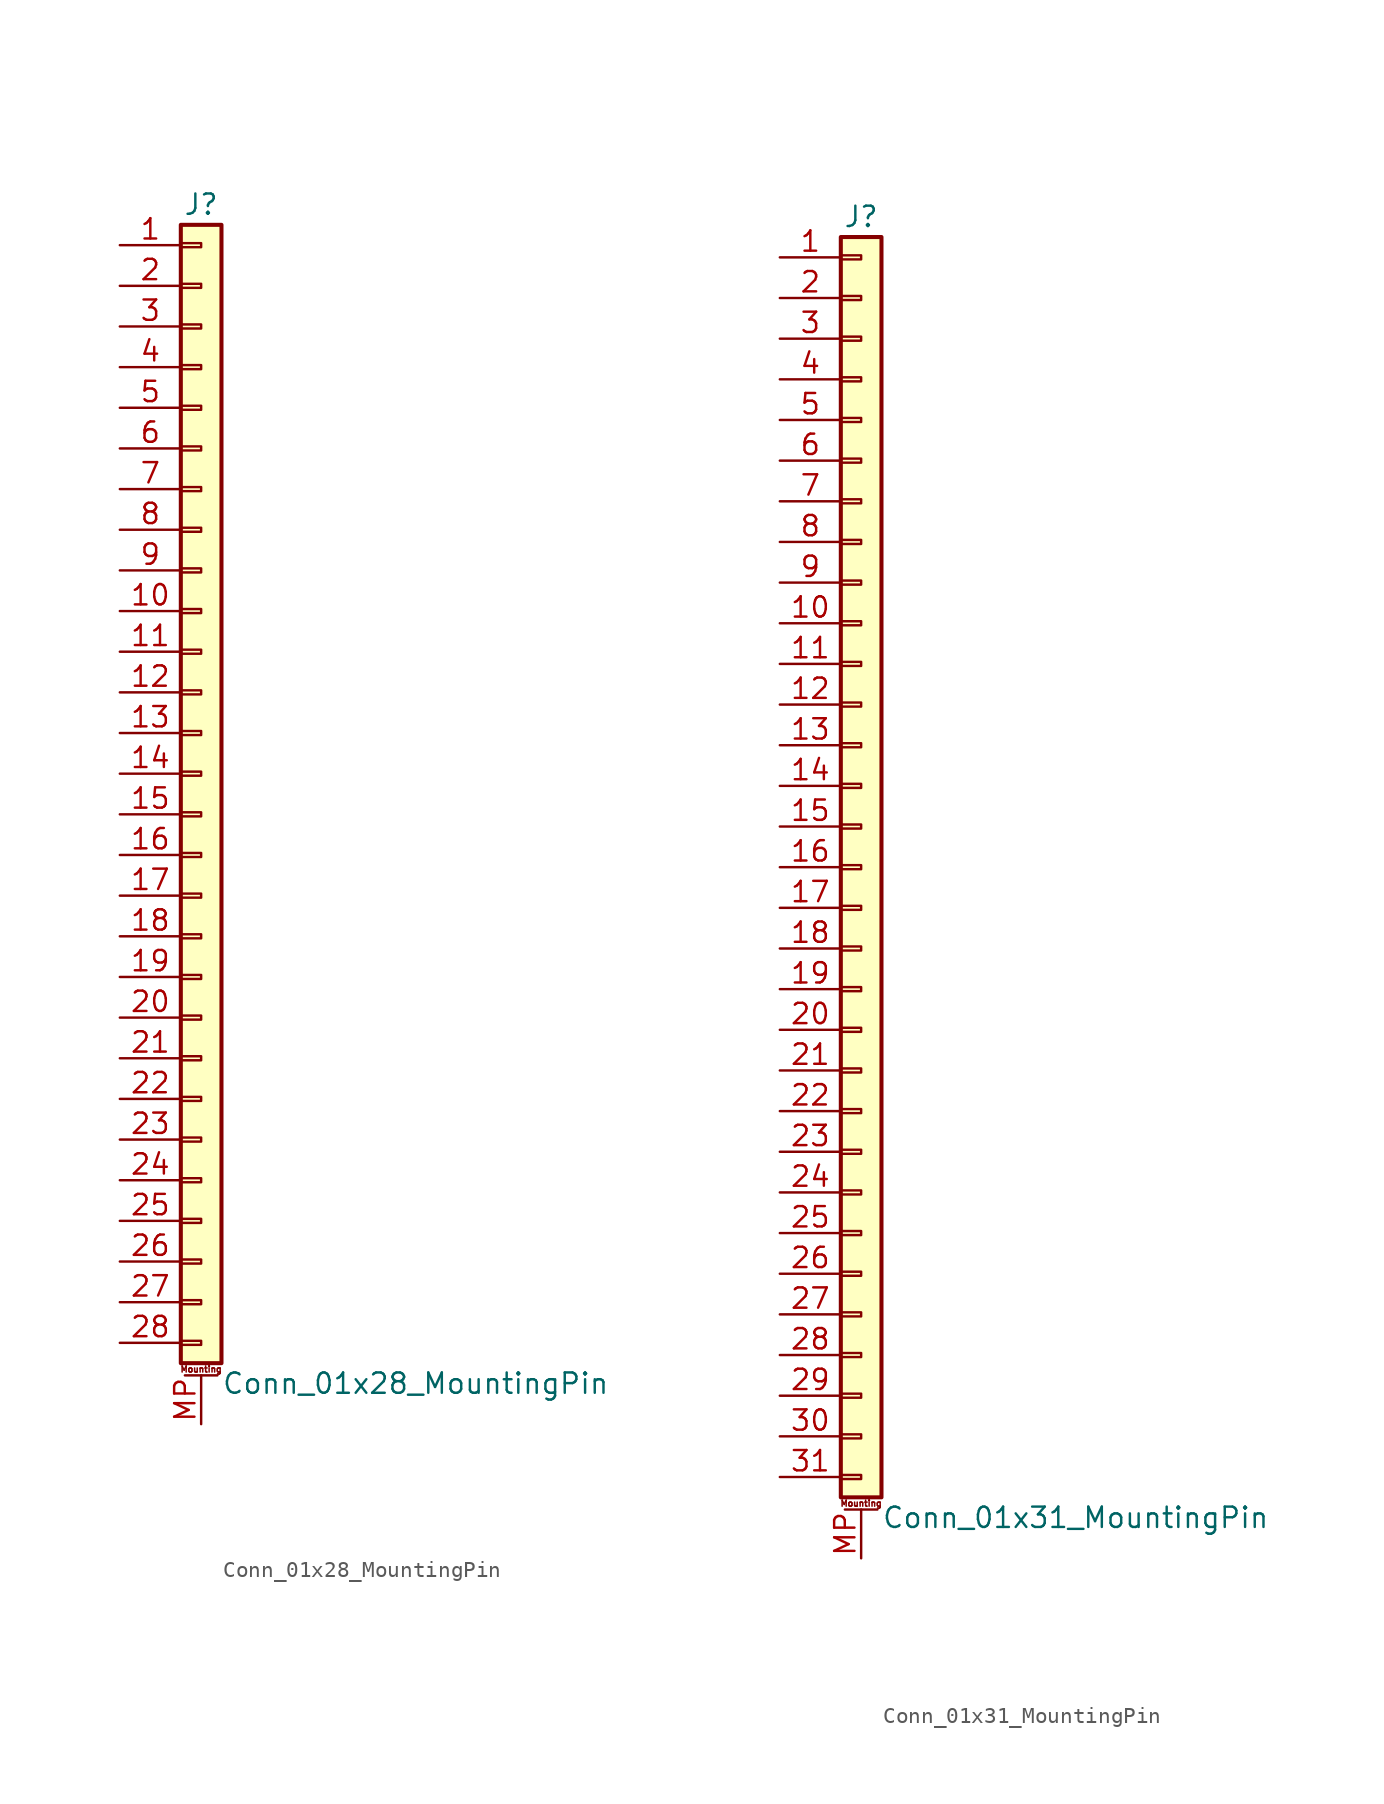
<source format=kicad_sym>
(kicad_symbol_lib
  (version 20220914)
  (generator kicad_symbol_editor)
  (symbol "Conn_01x28_MountingPin"
    (pin_names
      (offset 1.016) hide)
    (property "Reference" "J"
      (at 0 35.56 0)
      (effects (font (size 1.27 1.27))))
    (property "Value" "Conn_01x28_MountingPin"
      (at 1.27 -38.1 0)
      (effects (font (size 1.27 1.27)) (justify left)))
    (symbol "Conn_01x28_MountingPin_1_1"
      (rectangle (start -1.27 -35.433) (end 0 -35.687) (stroke (width 0.152) (type default)) (fill (type none)))
      (rectangle (start -1.27 -32.893) (end 0 -33.147) (stroke (width 0.152) (type default)) (fill (type none)))
      (rectangle (start -1.27 -30.353) (end 0 -30.607) (stroke (width 0.152) (type default)) (fill (type none)))
      (rectangle (start -1.27 -27.813) (end 0 -28.067) (stroke (width 0.152) (type default)) (fill (type none)))
      (rectangle (start -1.27 -25.273) (end 0 -25.527) (stroke (width 0.152) (type default)) (fill (type none)))
      (rectangle (start -1.27 -22.733) (end 0 -22.987) (stroke (width 0.152) (type default)) (fill (type none)))
      (rectangle (start -1.27 -20.193) (end 0 -20.447) (stroke (width 0.152) (type default)) (fill (type none)))
      (rectangle (start -1.27 -17.653) (end 0 -17.907) (stroke (width 0.152) (type default)) (fill (type none)))
      (rectangle (start -1.27 -15.113) (end 0 -15.367) (stroke (width 0.152) (type default)) (fill (type none)))
      (rectangle (start -1.27 -12.573) (end 0 -12.827) (stroke (width 0.152) (type default)) (fill (type none)))
      (rectangle (start -1.27 -10.033) (end 0 -10.287) (stroke (width 0.152) (type default)) (fill (type none)))
      (rectangle (start -1.27 -7.493) (end 0 -7.747) (stroke (width 0.152) (type default)) (fill (type none)))
      (rectangle (start -1.27 -4.953) (end 0 -5.207) (stroke (width 0.152) (type default)) (fill (type none)))
      (rectangle (start -1.27 -2.413) (end 0 -2.667) (stroke (width 0.152) (type default)) (fill (type none)))
      (rectangle (start -1.27 0.127) (end 0 -0.127) (stroke (width 0.152) (type default)) (fill (type none)))
      (rectangle (start -1.27 2.667) (end 0 2.413) (stroke (width 0.152) (type default)) (fill (type none)))
      (rectangle (start -1.27 5.207) (end 0 4.953) (stroke (width 0.152) (type default)) (fill (type none)))
      (rectangle (start -1.27 7.747) (end 0 7.493) (stroke (width 0.152) (type default)) (fill (type none)))
      (rectangle (start -1.27 10.287) (end 0 10.033) (stroke (width 0.152) (type default)) (fill (type none)))
      (rectangle (start -1.27 12.827) (end 0 12.573) (stroke (width 0.152) (type default)) (fill (type none)))
      (rectangle (start -1.27 15.367) (end 0 15.113) (stroke (width 0.152) (type default)) (fill (type none)))
      (rectangle (start -1.27 17.907) (end 0 17.653) (stroke (width 0.152) (type default)) (fill (type none)))
      (rectangle (start -1.27 20.447) (end 0 20.193) (stroke (width 0.152) (type default)) (fill (type none)))
      (rectangle (start -1.27 22.987) (end 0 22.733) (stroke (width 0.152) (type default)) (fill (type none)))
      (rectangle (start -1.27 25.527) (end 0 25.273) (stroke (width 0.152) (type default)) (fill (type none)))
      (rectangle (start -1.27 28.067) (end 0 27.813) (stroke (width 0.152) (type default)) (fill (type none)))
      (rectangle (start -1.27 30.607) (end 0 30.353) (stroke (width 0.152) (type default)) (fill (type none)))
      (rectangle (start -1.27 33.147) (end 0 32.893) (stroke (width 0.152) (type default)) (fill (type none)))
      (rectangle (start -1.27 34.29) (end 1.27 -36.83) (stroke (width 0.254) (type default)) (fill (type background)))
      (polyline (pts (xy -1.016 -37.592) (xy 1.016 -37.592)) (stroke (width 0.152) (type default)) (fill (type none)))
      (text "Mounting" (at 0 -37.211 0) (effects (font (size 0.381 0.381))))
      (pin passive line (at -5.08 33.02 0) (length 3.81) (name "Pin_1" (effects (font (size 1.27 1.27)))) (number "1" (effects (font (size 1.27 1.27)))))
      (pin passive line (at -5.08 10.16 0) (length 3.81) (name "Pin_10" (effects (font (size 1.27 1.27)))) (number "10" (effects (font (size 1.27 1.27)))))
      (pin passive line (at -5.08 7.62 0) (length 3.81) (name "Pin_11" (effects (font (size 1.27 1.27)))) (number "11" (effects (font (size 1.27 1.27)))))
      (pin passive line (at -5.08 5.08 0) (length 3.81) (name "Pin_12" (effects (font (size 1.27 1.27)))) (number "12" (effects (font (size 1.27 1.27)))))
      (pin passive line (at -5.08 2.54 0) (length 3.81) (name "Pin_13" (effects (font (size 1.27 1.27)))) (number "13" (effects (font (size 1.27 1.27)))))
      (pin passive line (at -5.08 0 0) (length 3.81) (name "Pin_14" (effects (font (size 1.27 1.27)))) (number "14" (effects (font (size 1.27 1.27)))))
      (pin passive line (at -5.08 -2.54 0) (length 3.81) (name "Pin_15" (effects (font (size 1.27 1.27)))) (number "15" (effects (font (size 1.27 1.27)))))
      (pin passive line (at -5.08 -5.08 0) (length 3.81) (name "Pin_16" (effects (font (size 1.27 1.27)))) (number "16" (effects (font (size 1.27 1.27)))))
      (pin passive line (at -5.08 -7.62 0) (length 3.81) (name "Pin_17" (effects (font (size 1.27 1.27)))) (number "17" (effects (font (size 1.27 1.27)))))
      (pin passive line (at -5.08 -10.16 0) (length 3.81) (name "Pin_18" (effects (font (size 1.27 1.27)))) (number "18" (effects (font (size 1.27 1.27)))))
      (pin passive line (at -5.08 -12.7 0) (length 3.81) (name "Pin_19" (effects (font (size 1.27 1.27)))) (number "19" (effects (font (size 1.27 1.27)))))
      (pin passive line (at -5.08 30.48 0) (length 3.81) (name "Pin_2" (effects (font (size 1.27 1.27)))) (number "2" (effects (font (size 1.27 1.27)))))
      (pin passive line (at -5.08 -15.24 0) (length 3.81) (name "Pin_20" (effects (font (size 1.27 1.27)))) (number "20" (effects (font (size 1.27 1.27)))))
      (pin passive line (at -5.08 -17.78 0) (length 3.81) (name "Pin_21" (effects (font (size 1.27 1.27)))) (number "21" (effects (font (size 1.27 1.27)))))
      (pin passive line (at -5.08 -20.32 0) (length 3.81) (name "Pin_22" (effects (font (size 1.27 1.27)))) (number "22" (effects (font (size 1.27 1.27)))))
      (pin passive line (at -5.08 -22.86 0) (length 3.81) (name "Pin_23" (effects (font (size 1.27 1.27)))) (number "23" (effects (font (size 1.27 1.27)))))
      (pin passive line (at -5.08 -25.4 0) (length 3.81) (name "Pin_24" (effects (font (size 1.27 1.27)))) (number "24" (effects (font (size 1.27 1.27)))))
      (pin passive line (at -5.08 -27.94 0) (length 3.81) (name "Pin_25" (effects (font (size 1.27 1.27)))) (number "25" (effects (font (size 1.27 1.27)))))
      (pin passive line (at -5.08 -30.48 0) (length 3.81) (name "Pin_26" (effects (font (size 1.27 1.27)))) (number "26" (effects (font (size 1.27 1.27)))))
      (pin passive line (at -5.08 -33.02 0) (length 3.81) (name "Pin_27" (effects (font (size 1.27 1.27)))) (number "27" (effects (font (size 1.27 1.27)))))
      (pin passive line (at -5.08 -35.56 0) (length 3.81) (name "Pin_28" (effects (font (size 1.27 1.27)))) (number "28" (effects (font (size 1.27 1.27)))))
      (pin passive line (at -5.08 27.94 0) (length 3.81) (name "Pin_3" (effects (font (size 1.27 1.27)))) (number "3" (effects (font (size 1.27 1.27)))))
      (pin passive line (at -5.08 25.4 0) (length 3.81) (name "Pin_4" (effects (font (size 1.27 1.27)))) (number "4" (effects (font (size 1.27 1.27)))))
      (pin passive line (at -5.08 22.86 0) (length 3.81) (name "Pin_5" (effects (font (size 1.27 1.27)))) (number "5" (effects (font (size 1.27 1.27)))))
      (pin passive line (at -5.08 20.32 0) (length 3.81) (name "Pin_6" (effects (font (size 1.27 1.27)))) (number "6" (effects (font (size 1.27 1.27)))))
      (pin passive line (at -5.08 17.78 0) (length 3.81) (name "Pin_7" (effects (font (size 1.27 1.27)))) (number "7" (effects (font (size 1.27 1.27)))))
      (pin passive line (at -5.08 15.24 0) (length 3.81) (name "Pin_8" (effects (font (size 1.27 1.27)))) (number "8" (effects (font (size 1.27 1.27)))))
      (pin passive line (at -5.08 12.7 0) (length 3.81) (name "Pin_9" (effects (font (size 1.27 1.27)))) (number "9" (effects (font (size 1.27 1.27)))))
      (pin passive line (at 0 -40.64 90) (length 3.048) (name "MountPin" (effects (font (size 1.27 1.27)))) (number "MP" (effects (font (size 1.27 1.27)))))))
  (symbol "Conn_01x31_MountingPin"
    (pin_names
      (offset 1.016) hide)
    (property "Reference" "J"
      (at 0 40.64 0)
      (effects (font (size 1.27 1.27))))
    (property "Value" "Conn_01x31_MountingPin"
      (at 1.27 -40.64 0)
      (effects (font (size 1.27 1.27)) (justify left)))
    (symbol "Conn_01x31_MountingPin_1_1"
      (rectangle (start -1.27 -37.973) (end 0 -38.227) (stroke (width 0.152) (type default)) (fill (type none)))
      (rectangle (start -1.27 -35.433) (end 0 -35.687) (stroke (width 0.152) (type default)) (fill (type none)))
      (rectangle (start -1.27 -32.893) (end 0 -33.147) (stroke (width 0.152) (type default)) (fill (type none)))
      (rectangle (start -1.27 -30.353) (end 0 -30.607) (stroke (width 0.152) (type default)) (fill (type none)))
      (rectangle (start -1.27 -27.813) (end 0 -28.067) (stroke (width 0.152) (type default)) (fill (type none)))
      (rectangle (start -1.27 -25.273) (end 0 -25.527) (stroke (width 0.152) (type default)) (fill (type none)))
      (rectangle (start -1.27 -22.733) (end 0 -22.987) (stroke (width 0.152) (type default)) (fill (type none)))
      (rectangle (start -1.27 -20.193) (end 0 -20.447) (stroke (width 0.152) (type default)) (fill (type none)))
      (rectangle (start -1.27 -17.653) (end 0 -17.907) (stroke (width 0.152) (type default)) (fill (type none)))
      (rectangle (start -1.27 -15.113) (end 0 -15.367) (stroke (width 0.152) (type default)) (fill (type none)))
      (rectangle (start -1.27 -12.573) (end 0 -12.827) (stroke (width 0.152) (type default)) (fill (type none)))
      (rectangle (start -1.27 -10.033) (end 0 -10.287) (stroke (width 0.152) (type default)) (fill (type none)))
      (rectangle (start -1.27 -7.493) (end 0 -7.747) (stroke (width 0.152) (type default)) (fill (type none)))
      (rectangle (start -1.27 -4.953) (end 0 -5.207) (stroke (width 0.152) (type default)) (fill (type none)))
      (rectangle (start -1.27 -2.413) (end 0 -2.667) (stroke (width 0.152) (type default)) (fill (type none)))
      (rectangle (start -1.27 0.127) (end 0 -0.127) (stroke (width 0.152) (type default)) (fill (type none)))
      (rectangle (start -1.27 2.667) (end 0 2.413) (stroke (width 0.152) (type default)) (fill (type none)))
      (rectangle (start -1.27 5.207) (end 0 4.953) (stroke (width 0.152) (type default)) (fill (type none)))
      (rectangle (start -1.27 7.747) (end 0 7.493) (stroke (width 0.152) (type default)) (fill (type none)))
      (rectangle (start -1.27 10.287) (end 0 10.033) (stroke (width 0.152) (type default)) (fill (type none)))
      (rectangle (start -1.27 12.827) (end 0 12.573) (stroke (width 0.152) (type default)) (fill (type none)))
      (rectangle (start -1.27 15.367) (end 0 15.113) (stroke (width 0.152) (type default)) (fill (type none)))
      (rectangle (start -1.27 17.907) (end 0 17.653) (stroke (width 0.152) (type default)) (fill (type none)))
      (rectangle (start -1.27 20.447) (end 0 20.193) (stroke (width 0.152) (type default)) (fill (type none)))
      (rectangle (start -1.27 22.987) (end 0 22.733) (stroke (width 0.152) (type default)) (fill (type none)))
      (rectangle (start -1.27 25.527) (end 0 25.273) (stroke (width 0.152) (type default)) (fill (type none)))
      (rectangle (start -1.27 28.067) (end 0 27.813) (stroke (width 0.152) (type default)) (fill (type none)))
      (rectangle (start -1.27 30.607) (end 0 30.353) (stroke (width 0.152) (type default)) (fill (type none)))
      (rectangle (start -1.27 33.147) (end 0 32.893) (stroke (width 0.152) (type default)) (fill (type none)))
      (rectangle (start -1.27 35.687) (end 0 35.433) (stroke (width 0.152) (type default)) (fill (type none)))
      (rectangle (start -1.27 38.227) (end 0 37.973) (stroke (width 0.152) (type default)) (fill (type none)))
      (rectangle (start -1.27 39.37) (end 1.27 -39.37) (stroke (width 0.254) (type default)) (fill (type background)))
      (polyline (pts (xy -1.016 -40.132) (xy 1.016 -40.132)) (stroke (width 0.152) (type default)) (fill (type none)))
      (text "Mounting" (at 0 -39.751 0) (effects (font (size 0.381 0.381))))
      (pin passive line (at -5.08 38.1 0) (length 3.81) (name "Pin_1" (effects (font (size 1.27 1.27)))) (number "1" (effects (font (size 1.27 1.27)))))
      (pin passive line (at -5.08 15.24 0) (length 3.81) (name "Pin_10" (effects (font (size 1.27 1.27)))) (number "10" (effects (font (size 1.27 1.27)))))
      (pin passive line (at -5.08 12.7 0) (length 3.81) (name "Pin_11" (effects (font (size 1.27 1.27)))) (number "11" (effects (font (size 1.27 1.27)))))
      (pin passive line (at -5.08 10.16 0) (length 3.81) (name "Pin_12" (effects (font (size 1.27 1.27)))) (number "12" (effects (font (size 1.27 1.27)))))
      (pin passive line (at -5.08 7.62 0) (length 3.81) (name "Pin_13" (effects (font (size 1.27 1.27)))) (number "13" (effects (font (size 1.27 1.27)))))
      (pin passive line (at -5.08 5.08 0) (length 3.81) (name "Pin_14" (effects (font (size 1.27 1.27)))) (number "14" (effects (font (size 1.27 1.27)))))
      (pin passive line (at -5.08 2.54 0) (length 3.81) (name "Pin_15" (effects (font (size 1.27 1.27)))) (number "15" (effects (font (size 1.27 1.27)))))
      (pin passive line (at -5.08 0 0) (length 3.81) (name "Pin_16" (effects (font (size 1.27 1.27)))) (number "16" (effects (font (size 1.27 1.27)))))
      (pin passive line (at -5.08 -2.54 0) (length 3.81) (name "Pin_17" (effects (font (size 1.27 1.27)))) (number "17" (effects (font (size 1.27 1.27)))))
      (pin passive line (at -5.08 -5.08 0) (length 3.81) (name "Pin_18" (effects (font (size 1.27 1.27)))) (number "18" (effects (font (size 1.27 1.27)))))
      (pin passive line (at -5.08 -7.62 0) (length 3.81) (name "Pin_19" (effects (font (size 1.27 1.27)))) (number "19" (effects (font (size 1.27 1.27)))))
      (pin passive line (at -5.08 35.56 0) (length 3.81) (name "Pin_2" (effects (font (size 1.27 1.27)))) (number "2" (effects (font (size 1.27 1.27)))))
      (pin passive line (at -5.08 -10.16 0) (length 3.81) (name "Pin_20" (effects (font (size 1.27 1.27)))) (number "20" (effects (font (size 1.27 1.27)))))
      (pin passive line (at -5.08 -12.7 0) (length 3.81) (name "Pin_21" (effects (font (size 1.27 1.27)))) (number "21" (effects (font (size 1.27 1.27)))))
      (pin passive line (at -5.08 -15.24 0) (length 3.81) (name "Pin_22" (effects (font (size 1.27 1.27)))) (number "22" (effects (font (size 1.27 1.27)))))
      (pin passive line (at -5.08 -17.78 0) (length 3.81) (name "Pin_23" (effects (font (size 1.27 1.27)))) (number "23" (effects (font (size 1.27 1.27)))))
      (pin passive line (at -5.08 -20.32 0) (length 3.81) (name "Pin_24" (effects (font (size 1.27 1.27)))) (number "24" (effects (font (size 1.27 1.27)))))
      (pin passive line (at -5.08 -22.86 0) (length 3.81) (name "Pin_25" (effects (font (size 1.27 1.27)))) (number "25" (effects (font (size 1.27 1.27)))))
      (pin passive line (at -5.08 -25.4 0) (length 3.81) (name "Pin_26" (effects (font (size 1.27 1.27)))) (number "26" (effects (font (size 1.27 1.27)))))
      (pin passive line (at -5.08 -27.94 0) (length 3.81) (name "Pin_27" (effects (font (size 1.27 1.27)))) (number "27" (effects (font (size 1.27 1.27)))))
      (pin passive line (at -5.08 -30.48 0) (length 3.81) (name "Pin_28" (effects (font (size 1.27 1.27)))) (number "28" (effects (font (size 1.27 1.27)))))
      (pin passive line (at -5.08 -33.02 0) (length 3.81) (name "Pin_29" (effects (font (size 1.27 1.27)))) (number "29" (effects (font (size 1.27 1.27)))))
      (pin passive line (at -5.08 33.02 0) (length 3.81) (name "Pin_3" (effects (font (size 1.27 1.27)))) (number "3" (effects (font (size 1.27 1.27)))))
      (pin passive line (at -5.08 -35.56 0) (length 3.81) (name "Pin_30" (effects (font (size 1.27 1.27)))) (number "30" (effects (font (size 1.27 1.27)))))
      (pin passive line (at -5.08 -38.1 0) (length 3.81) (name "Pin_31" (effects (font (size 1.27 1.27)))) (number "31" (effects (font (size 1.27 1.27)))))
      (pin passive line (at -5.08 30.48 0) (length 3.81) (name "Pin_4" (effects (font (size 1.27 1.27)))) (number "4" (effects (font (size 1.27 1.27)))))
      (pin passive line (at -5.08 27.94 0) (length 3.81) (name "Pin_5" (effects (font (size 1.27 1.27)))) (number "5" (effects (font (size 1.27 1.27)))))
      (pin passive line (at -5.08 25.4 0) (length 3.81) (name "Pin_6" (effects (font (size 1.27 1.27)))) (number "6" (effects (font (size 1.27 1.27)))))
      (pin passive line (at -5.08 22.86 0) (length 3.81) (name "Pin_7" (effects (font (size 1.27 1.27)))) (number "7" (effects (font (size 1.27 1.27)))))
      (pin passive line (at -5.08 20.32 0) (length 3.81) (name "Pin_8" (effects (font (size 1.27 1.27)))) (number "8" (effects (font (size 1.27 1.27)))))
      (pin passive line (at -5.08 17.78 0) (length 3.81) (name "Pin_9" (effects (font (size 1.27 1.27)))) (number "9" (effects (font (size 1.27 1.27)))))
      (pin passive line (at 0 -43.18 90) (length 3.048) (name "MountPin" (effects (font (size 1.27 1.27)))) (number "MP" (effects (font (size 1.27 1.27))))))))
</source>
